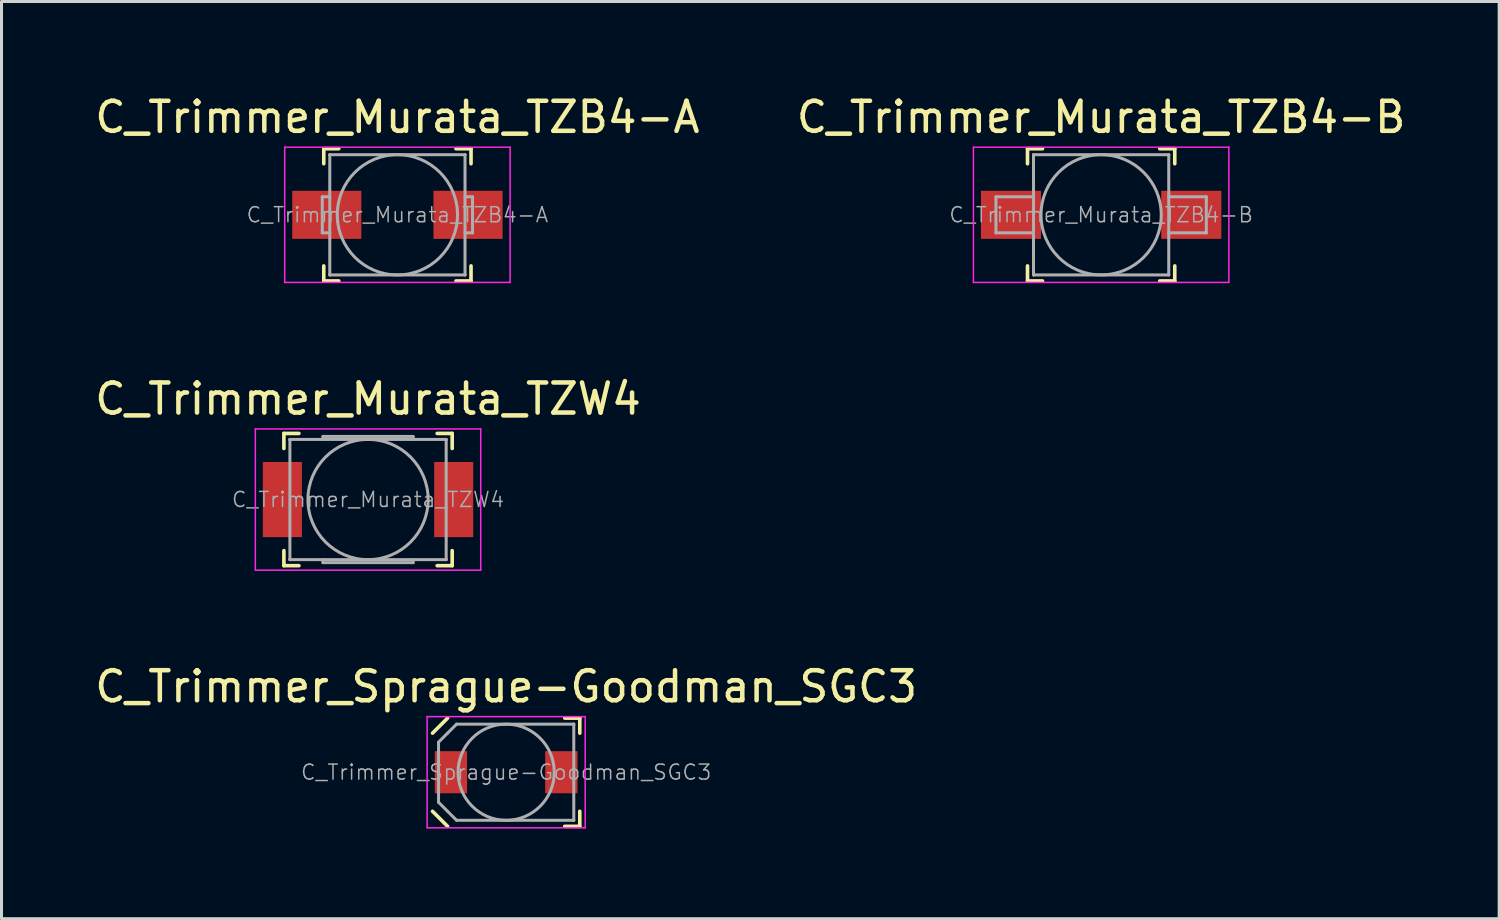
<source format=kicad_pcb>
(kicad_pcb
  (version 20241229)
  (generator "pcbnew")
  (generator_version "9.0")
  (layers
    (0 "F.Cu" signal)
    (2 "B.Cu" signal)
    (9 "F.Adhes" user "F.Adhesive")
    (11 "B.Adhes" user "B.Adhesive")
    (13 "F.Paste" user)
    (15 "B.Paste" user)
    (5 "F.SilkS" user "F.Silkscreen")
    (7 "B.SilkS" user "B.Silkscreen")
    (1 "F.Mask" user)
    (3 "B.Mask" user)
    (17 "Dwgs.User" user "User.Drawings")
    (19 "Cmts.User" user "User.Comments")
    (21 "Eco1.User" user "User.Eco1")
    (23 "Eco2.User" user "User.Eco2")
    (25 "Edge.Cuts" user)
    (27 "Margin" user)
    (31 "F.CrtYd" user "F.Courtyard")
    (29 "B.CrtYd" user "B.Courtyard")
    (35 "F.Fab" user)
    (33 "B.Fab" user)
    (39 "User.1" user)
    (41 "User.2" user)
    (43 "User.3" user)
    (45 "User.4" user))
  (footprint "C_Trimmer_Sprague-Goodman_SGC3"
    (layer "F.Cu")
    (at 13.792 22.645)
    (property "Reference" "C_Trimmer_Sprague-Goodman_SGC3" (at 0 -2.85 0) (layer "F.SilkS") (effects (font (size 1 1) (thickness 0.15))))
    (attr smd)
    (fp_line (start -2.45 -1.3) (end -1.95 -1.8) (stroke (width 0.12) (type solid)) (layer "F.SilkS"))
    (fp_line (start -2.45 1.3) (end -1.95 1.8) (stroke (width 0.12) (type solid)) (layer "F.SilkS"))
    (fp_line (start 2.45 -1.8) (end 1.95 -1.8) (stroke (width 0.12) (type solid)) (layer "F.SilkS"))
    (fp_line (start 2.45 -1.8) (end 2.45 -1.3) (stroke (width 0.12) (type solid)) (layer "F.SilkS"))
    (fp_line (start 2.45 1.8) (end 1.95 1.8) (stroke (width 0.12) (type solid)) (layer "F.SilkS"))
    (fp_line (start 2.45 1.8) (end 2.45 1.3) (stroke (width 0.12) (type solid)) (layer "F.SilkS"))
    (fp_line (start -2.63 -1.85) (end -2.63 1.85) (stroke (width 0.05) (type solid)) (layer "F.CrtYd"))
    (fp_line (start -2.63 1.85) (end 2.63 1.85) (stroke (width 0.05) (type solid)) (layer "F.CrtYd"))
    (fp_line (start 2.63 -1.85) (end -2.63 -1.85) (stroke (width 0.05) (type solid)) (layer "F.CrtYd"))
    (fp_line (start 2.63 1.85) (end 2.63 -1.85) (stroke (width 0.05) (type solid)) (layer "F.CrtYd"))
    (fp_line (start -2.25 -1) (end -1.95 -1.3) (stroke (width 0.1) (type solid)) (layer "F.Fab"))
    (fp_line (start -2.25 1) (end -2.25 -1) (stroke (width 0.1) (type solid)) (layer "F.Fab"))
    (fp_line (start -1.95 -1.3) (end -1.65 -1.6) (stroke (width 0.1) (type solid)) (layer "F.Fab"))
    (fp_line (start -1.95 1.3) (end -2.25 1) (stroke (width 0.1) (type solid)) (layer "F.Fab"))
    (fp_line (start -1.65 -1.6) (end 2.24 -1.6) (stroke (width 0.1) (type solid)) (layer "F.Fab"))
    (fp_line (start -1.65 1.6) (end -1.95 1.3) (stroke (width 0.1) (type solid)) (layer "F.Fab"))
    (fp_line (start 2.24 -1.6) (end 2.25 -1.6) (stroke (width 0.1) (type solid)) (layer "F.Fab"))
    (fp_line (start 2.24 1.6) (end -1.65 1.6) (stroke (width 0.1) (type solid)) (layer "F.Fab"))
    (fp_line (start 2.25 -1.6) (end 2.25 -1.59) (stroke (width 0.1) (type solid)) (layer "F.Fab"))
    (fp_line (start 2.25 -1.59) (end 2.25 1.59) (stroke (width 0.1) (type solid)) (layer "F.Fab"))
    (fp_line (start 2.25 1.59) (end 2.25 1.6) (stroke (width 0.1) (type solid)) (layer "F.Fab"))
    (fp_line (start 2.25 1.6) (end 2.24 1.6) (stroke (width 0.1) (type solid)) (layer "F.Fab"))
    (fp_circle (center 0 0) (end 1.6 0) (stroke (width 0.1) (type solid)) (fill no) (layer "F.Fab"))
    (fp_text user "${REFERENCE}" (at 0 0 0) (layer "F.Fab") (effects (font (size 0.5 0.5) (thickness 0.05))))
    (pad "1" smd rect (at -1.837 0) (size 1.075 1.4) (layers "F.Cu" "F.Mask" "F.Paste"))
    (pad "2" smd rect (at 1.837 0) (size 1.075 1.4) (layers "F.Cu" "F.Mask" "F.Paste")))
  (footprint "C_Trimmer_Murata_TZB4-A"
    (layer "F.Cu")
    (at 10.173 4.098)
    (property "Reference" "C_Trimmer_Murata_TZB4-A" (at 0 -3.25 0) (layer "F.SilkS") (effects (font (size 1 1) (thickness 0.15))))
    (attr smd)
    (fp_line (start -2.45 -2.2) (end -2.45 -1.7) (stroke (width 0.12) (type solid)) (layer "F.SilkS"))
    (fp_line (start -2.45 -2.2) (end -1.95 -2.2) (stroke (width 0.12) (type solid)) (layer "F.SilkS"))
    (fp_line (start -2.45 2.2) (end -2.45 1.7) (stroke (width 0.12) (type solid)) (layer "F.SilkS"))
    (fp_line (start -2.45 2.2) (end -1.95 2.2) (stroke (width 0.12) (type solid)) (layer "F.SilkS"))
    (fp_line (start 2.45 -2.2) (end 1.95 -2.2) (stroke (width 0.12) (type solid)) (layer "F.SilkS"))
    (fp_line (start 2.45 -2.2) (end 2.45 -1.7) (stroke (width 0.12) (type solid)) (layer "F.SilkS"))
    (fp_line (start 2.45 2.2) (end 1.95 2.2) (stroke (width 0.12) (type solid)) (layer "F.SilkS"))
    (fp_line (start 2.45 2.2) (end 2.45 1.7) (stroke (width 0.12) (type solid)) (layer "F.SilkS"))
    (fp_line (start -3.75 -2.25) (end -3.75 2.25) (stroke (width 0.05) (type solid)) (layer "F.CrtYd"))
    (fp_line (start -3.75 2.25) (end 3.75 2.25) (stroke (width 0.05) (type solid)) (layer "F.CrtYd"))
    (fp_line (start 3.75 -2.25) (end -3.75 -2.25) (stroke (width 0.05) (type solid)) (layer "F.CrtYd"))
    (fp_line (start 3.75 2.25) (end 3.75 -2.25) (stroke (width 0.05) (type solid)) (layer "F.CrtYd"))
    (fp_line (start -2.5 -0.6) (end -2.5 0.6) (stroke (width 0.1) (type solid)) (layer "F.Fab"))
    (fp_line (start -2.5 0.6) (end -2.25 0.6) (stroke (width 0.1) (type solid)) (layer "F.Fab"))
    (fp_line (start -2.25 -2) (end -2.24 -2) (stroke (width 0.1) (type solid)) (layer "F.Fab"))
    (fp_line (start -2.25 -1.99) (end -2.25 -2) (stroke (width 0.1) (type solid)) (layer "F.Fab"))
    (fp_line (start -2.25 -0.6) (end -2.5 -0.6) (stroke (width 0.1) (type solid)) (layer "F.Fab"))
    (fp_line (start -2.25 1.99) (end -2.25 -1.99) (stroke (width 0.1) (type solid)) (layer "F.Fab"))
    (fp_line (start -2.25 2) (end -2.25 1.99) (stroke (width 0.1) (type solid)) (layer "F.Fab"))
    (fp_line (start -2.24 -2) (end 2.24 -2) (stroke (width 0.1) (type solid)) (layer "F.Fab"))
    (fp_line (start -2.24 2) (end -2.25 2) (stroke (width 0.1) (type solid)) (layer "F.Fab"))
    (fp_line (start 2.24 -2) (end 2.25 -2) (stroke (width 0.1) (type solid)) (layer "F.Fab"))
    (fp_line (start 2.24 2) (end -2.24 2) (stroke (width 0.1) (type solid)) (layer "F.Fab"))
    (fp_line (start 2.25 -2) (end 2.25 -1.99) (stroke (width 0.1) (type solid)) (layer "F.Fab"))
    (fp_line (start 2.25 -1.99) (end 2.25 1.99) (stroke (width 0.1) (type solid)) (layer "F.Fab"))
    (fp_line (start 2.25 -0.6) (end 2.5 -0.6) (stroke (width 0.1) (type solid)) (layer "F.Fab"))
    (fp_line (start 2.25 1.99) (end 2.25 2) (stroke (width 0.1) (type solid)) (layer "F.Fab"))
    (fp_line (start 2.25 2) (end 2.24 2) (stroke (width 0.1) (type solid)) (layer "F.Fab"))
    (fp_line (start 2.5 -0.6) (end 2.5 0.6) (stroke (width 0.1) (type solid)) (layer "F.Fab"))
    (fp_line (start 2.5 0.6) (end 2.25 0.6) (stroke (width 0.1) (type solid)) (layer "F.Fab"))
    (fp_circle (center 0 0) (end 2 0) (stroke (width 0.1) (type solid)) (fill no) (layer "F.Fab"))
    (fp_text user "${REFERENCE}" (at 0 0 0) (layer "F.Fab") (effects (font (size 0.5 0.5) (thickness 0.05))))
    (pad "1" smd rect (at -2.35 0) (size 2.3 1.6) (layers "F.Cu" "F.Mask" "F.Paste"))
    (pad "2" smd rect (at 2.35 0) (size 2.3 1.6) (layers "F.Cu" "F.Mask" "F.Paste")))
  (footprint "C_Trimmer_Murata_TZB4-B"
    (layer "F.Cu")
    (at 33.589 4.098)
    (property "Reference" "C_Trimmer_Murata_TZB4-B" (at 0 -3.25 0) (layer "F.SilkS") (effects (font (size 1 1) (thickness 0.15))))
    (attr smd)
    (fp_line (start -2.45 -2.2) (end -2.45 -1.7) (stroke (width 0.12) (type solid)) (layer "F.SilkS"))
    (fp_line (start -2.45 -2.2) (end -1.95 -2.2) (stroke (width 0.12) (type solid)) (layer "F.SilkS"))
    (fp_line (start -2.45 2.2) (end -2.45 1.7) (stroke (width 0.12) (type solid)) (layer "F.SilkS"))
    (fp_line (start -2.45 2.2) (end -1.95 2.2) (stroke (width 0.12) (type solid)) (layer "F.SilkS"))
    (fp_line (start 2.45 -2.2) (end 1.95 -2.2) (stroke (width 0.12) (type solid)) (layer "F.SilkS"))
    (fp_line (start 2.45 -2.2) (end 2.45 -1.7) (stroke (width 0.12) (type solid)) (layer "F.SilkS"))
    (fp_line (start 2.45 2.2) (end 1.95 2.2) (stroke (width 0.12) (type solid)) (layer "F.SilkS"))
    (fp_line (start 2.45 2.2) (end 2.45 1.7) (stroke (width 0.12) (type solid)) (layer "F.SilkS"))
    (fp_line (start -4.25 -2.25) (end -4.25 2.25) (stroke (width 0.05) (type solid)) (layer "F.CrtYd"))
    (fp_line (start -4.25 2.25) (end 4.25 2.25) (stroke (width 0.05) (type solid)) (layer "F.CrtYd"))
    (fp_line (start 4.25 -2.25) (end -4.25 -2.25) (stroke (width 0.05) (type solid)) (layer "F.CrtYd"))
    (fp_line (start 4.25 2.25) (end 4.25 -2.25) (stroke (width 0.05) (type solid)) (layer "F.CrtYd"))
    (fp_line (start -3.5 -0.6) (end -3.5 0.6) (stroke (width 0.1) (type solid)) (layer "F.Fab"))
    (fp_line (start -3.5 0.6) (end -2.25 0.6) (stroke (width 0.1) (type solid)) (layer "F.Fab"))
    (fp_line (start -2.25 -2) (end -2.24 -2) (stroke (width 0.1) (type solid)) (layer "F.Fab"))
    (fp_line (start -2.25 -1.99) (end -2.25 -2) (stroke (width 0.1) (type solid)) (layer "F.Fab"))
    (fp_line (start -2.25 -0.6) (end -3.5 -0.6) (stroke (width 0.1) (type solid)) (layer "F.Fab"))
    (fp_line (start -2.25 1.99) (end -2.25 -1.99) (stroke (width 0.1) (type solid)) (layer "F.Fab"))
    (fp_line (start -2.25 2) (end -2.25 1.99) (stroke (width 0.1) (type solid)) (layer "F.Fab"))
    (fp_line (start -2.24 -2) (end 2.24 -2) (stroke (width 0.1) (type solid)) (layer "F.Fab"))
    (fp_line (start -2.24 2) (end -2.25 2) (stroke (width 0.1) (type solid)) (layer "F.Fab"))
    (fp_line (start 2.24 -2) (end 2.25 -2) (stroke (width 0.1) (type solid)) (layer "F.Fab"))
    (fp_line (start 2.24 2) (end -2.24 2) (stroke (width 0.1) (type solid)) (layer "F.Fab"))
    (fp_line (start 2.25 -2) (end 2.25 -1.99) (stroke (width 0.1) (type solid)) (layer "F.Fab"))
    (fp_line (start 2.25 -1.99) (end 2.25 1.99) (stroke (width 0.1) (type solid)) (layer "F.Fab"))
    (fp_line (start 2.25 -0.6) (end 3.5 -0.6) (stroke (width 0.1) (type solid)) (layer "F.Fab"))
    (fp_line (start 2.25 1.99) (end 2.25 2) (stroke (width 0.1) (type solid)) (layer "F.Fab"))
    (fp_line (start 2.25 2) (end 2.24 2) (stroke (width 0.1) (type solid)) (layer "F.Fab"))
    (fp_line (start 3.5 -0.6) (end 3.5 0.6) (stroke (width 0.1) (type solid)) (layer "F.Fab"))
    (fp_line (start 3.5 0.6) (end 2.25 0.6) (stroke (width 0.1) (type solid)) (layer "F.Fab"))
    (fp_circle (center 0 0) (end 2 0) (stroke (width 0.1) (type solid)) (fill no) (layer "F.Fab"))
    (fp_text user "${REFERENCE}" (at 0 0 0) (layer "F.Fab") (effects (font (size 0.5 0.5) (thickness 0.05))))
    (pad "1" smd rect (at -3 0) (size 2 1.6) (layers "F.Cu" "F.Mask" "F.Paste"))
    (pad "2" smd rect (at 3 0) (size 2 1.6) (layers "F.Cu" "F.Mask" "F.Paste")))
  (footprint "C_Trimmer_Murata_TZW4"
    (layer "F.Cu")
    (at 9.196 13.572)
    (property "Reference" "C_Trimmer_Murata_TZW4" (at 0 -3.35 0) (layer "F.SilkS") (effects (font (size 1 1) (thickness 0.15))))
    (attr smd)
    (fp_line (start -2.8 -2.2) (end -2.8 -1.7) (stroke (width 0.12) (type solid)) (layer "F.SilkS"))
    (fp_line (start -2.8 -2.2) (end -2.3 -2.2) (stroke (width 0.12) (type solid)) (layer "F.SilkS"))
    (fp_line (start -2.8 2.2) (end -2.8 1.7) (stroke (width 0.12) (type solid)) (layer "F.SilkS"))
    (fp_line (start -2.8 2.2) (end -2.3 2.2) (stroke (width 0.12) (type solid)) (layer "F.SilkS"))
    (fp_line (start 2.8 -2.2) (end 2.3 -2.2) (stroke (width 0.12) (type solid)) (layer "F.SilkS"))
    (fp_line (start 2.8 -2.2) (end 2.8 -1.7) (stroke (width 0.12) (type solid)) (layer "F.SilkS"))
    (fp_line (start 2.8 2.2) (end 2.3 2.2) (stroke (width 0.12) (type solid)) (layer "F.SilkS"))
    (fp_line (start 2.8 2.2) (end 2.8 1.7) (stroke (width 0.12) (type solid)) (layer "F.SilkS"))
    (fp_line (start -3.75 -2.35) (end -3.75 2.35) (stroke (width 0.05) (type solid)) (layer "F.CrtYd"))
    (fp_line (start -3.75 2.35) (end 3.75 2.35) (stroke (width 0.05) (type solid)) (layer "F.CrtYd"))
    (fp_line (start 3.75 -2.35) (end -3.75 -2.35) (stroke (width 0.05) (type solid)) (layer "F.CrtYd"))
    (fp_line (start 3.75 2.35) (end 3.75 -2.35) (stroke (width 0.05) (type solid)) (layer "F.CrtYd"))
    (fp_line (start -2.6 -2) (end -2.59 -2) (stroke (width 0.1) (type solid)) (layer "F.Fab"))
    (fp_line (start -2.6 -1.99) (end -2.6 -2) (stroke (width 0.1) (type solid)) (layer "F.Fab"))
    (fp_line (start -2.6 1.99) (end -2.6 -1.99) (stroke (width 0.1) (type solid)) (layer "F.Fab"))
    (fp_line (start -2.6 2) (end -2.6 1.99) (stroke (width 0.1) (type solid)) (layer "F.Fab"))
    (fp_line (start -2.59 -2) (end 2.59 -2) (stroke (width 0.1) (type solid)) (layer "F.Fab"))
    (fp_line (start -2.59 2) (end -2.6 2) (stroke (width 0.1) (type solid)) (layer "F.Fab"))
    (fp_line (start -1.5 -2.1) (end 1.5 -2.1) (stroke (width 0.1) (type solid)) (layer "F.Fab"))
    (fp_line (start -1.5 -2) (end -1.5 -2.1) (stroke (width 0.1) (type solid)) (layer "F.Fab"))
    (fp_line (start -1.5 2) (end -1.5 2.1) (stroke (width 0.1) (type solid)) (layer "F.Fab"))
    (fp_line (start -1.5 2.1) (end 1.5 2.1) (stroke (width 0.1) (type solid)) (layer "F.Fab"))
    (fp_line (start 1.5 -2.1) (end 1.5 -2) (stroke (width 0.1) (type solid)) (layer "F.Fab"))
    (fp_line (start 1.5 2.1) (end 1.5 2) (stroke (width 0.1) (type solid)) (layer "F.Fab"))
    (fp_line (start 2.59 -2) (end 2.6 -2) (stroke (width 0.1) (type solid)) (layer "F.Fab"))
    (fp_line (start 2.59 2) (end -2.59 2) (stroke (width 0.1) (type solid)) (layer "F.Fab"))
    (fp_line (start 2.6 -2) (end 2.6 -1.99) (stroke (width 0.1) (type solid)) (layer "F.Fab"))
    (fp_line (start 2.6 -1.99) (end 2.6 1.99) (stroke (width 0.1) (type solid)) (layer "F.Fab"))
    (fp_line (start 2.6 1.99) (end 2.6 2) (stroke (width 0.1) (type solid)) (layer "F.Fab"))
    (fp_line (start 2.6 2) (end 2.59 2) (stroke (width 0.1) (type solid)) (layer "F.Fab"))
    (fp_circle (center 0 0) (end 2 0) (stroke (width 0.1) (type solid)) (fill no) (layer "F.Fab"))
    (fp_text user "${REFERENCE}" (at 0 0 0) (layer "F.Fab") (effects (font (size 0.5 0.5) (thickness 0.05))))
    (pad "1" smd rect (at -2.85 0) (size 1.3 2.5) (layers "F.Cu" "F.Mask" "F.Paste"))
    (pad "2" smd rect (at 2.85 0) (size 1.3 2.5) (layers "F.Cu" "F.Mask" "F.Paste")))
  (gr_rect
    (start -3 -3)
    (end 46.833 27.52)
    (stroke (width 0.1) (type default))
    (fill no)
    (layer "Edge.Cuts")))
</source>
